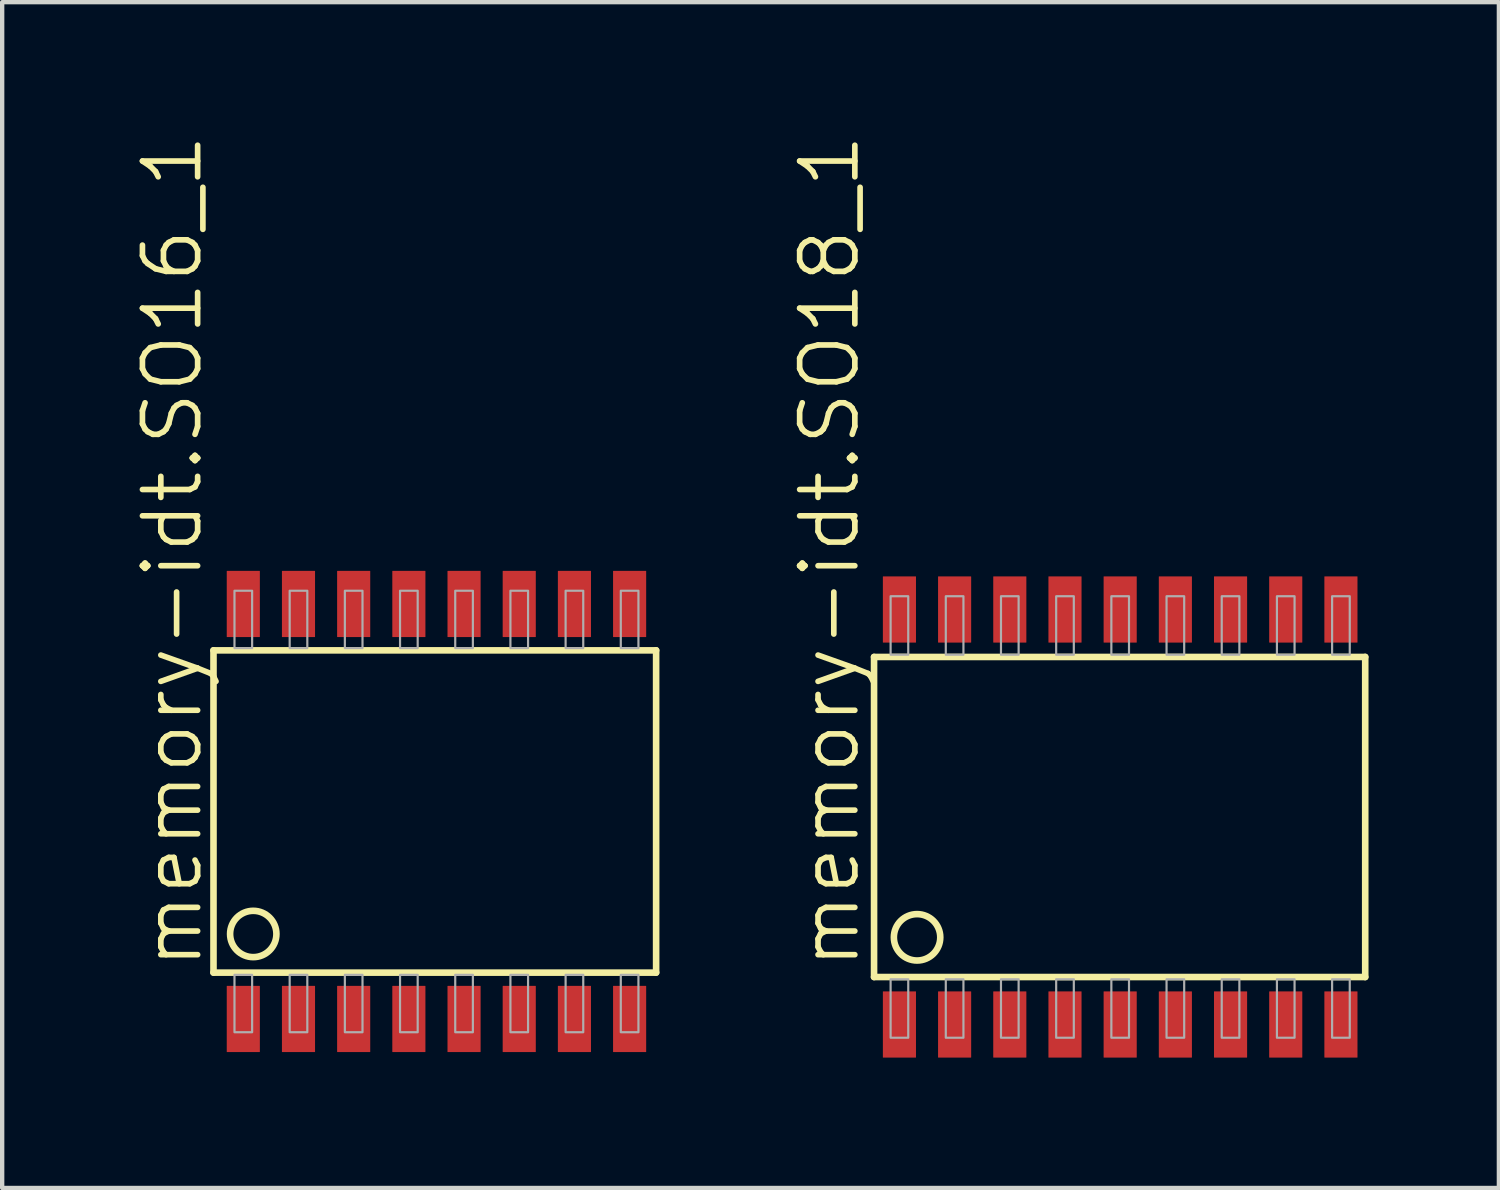
<source format=kicad_pcb>
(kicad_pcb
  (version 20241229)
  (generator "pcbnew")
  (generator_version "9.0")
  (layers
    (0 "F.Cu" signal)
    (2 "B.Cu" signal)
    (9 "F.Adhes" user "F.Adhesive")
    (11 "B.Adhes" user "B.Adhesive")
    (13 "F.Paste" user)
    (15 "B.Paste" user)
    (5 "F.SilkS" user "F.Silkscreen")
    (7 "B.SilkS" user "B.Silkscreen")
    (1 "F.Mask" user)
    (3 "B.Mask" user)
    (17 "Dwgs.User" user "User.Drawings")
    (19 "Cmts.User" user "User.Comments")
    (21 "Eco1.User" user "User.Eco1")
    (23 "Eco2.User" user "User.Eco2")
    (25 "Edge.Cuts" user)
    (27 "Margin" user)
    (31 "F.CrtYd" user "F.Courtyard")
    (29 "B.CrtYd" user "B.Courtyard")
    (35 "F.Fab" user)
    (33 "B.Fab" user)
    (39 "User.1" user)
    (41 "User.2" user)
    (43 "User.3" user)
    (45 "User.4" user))
  (footprint "memory-idt.SO16_1"
    (layer "F.Cu")
    (at 6.994 15.624)
    (property "Reference" "memory-idt.SO16_1" (at -5.334 3.683 90) (layer "F.SilkS") (effects (font (size 1.27 1.27) (thickness 0.13)) (justify left bottom)))
    (attr smd)
    (fp_line (start -5.131 -3.708) (end -5.131 3.708) (stroke (width 0.152) (type default)) (layer "F.SilkS"))
    (fp_line (start -5.131 3.708) (end 5.055 3.708) (stroke (width 0.152) (type default)) (layer "F.SilkS"))
    (fp_line (start 5.055 -3.708) (end -5.131 -3.708) (stroke (width 0.152) (type default)) (layer "F.SilkS"))
    (fp_line (start 5.055 3.708) (end 5.055 -3.708) (stroke (width 0.152) (type default)) (layer "F.SilkS"))
    (fp_circle (center -4.216 2.819) (end -3.683 2.819) (stroke (width 0.152) (type default)) (fill no) (layer "F.SilkS"))
    (fp_rect (start -4.648 -3.759) (end -4.242 -5.08) (stroke (width 0.05) (type default)) (fill no) (layer "F.Fab"))
    (fp_rect (start -4.648 5.08) (end -4.242 3.759) (stroke (width 0.05) (type default)) (fill no) (layer "F.Fab"))
    (fp_rect (start -3.378 -3.759) (end -2.972 -5.08) (stroke (width 0.05) (type default)) (fill no) (layer "F.Fab"))
    (fp_rect (start -3.378 5.08) (end -2.972 3.759) (stroke (width 0.05) (type default)) (fill no) (layer "F.Fab"))
    (fp_rect (start -2.108 -3.759) (end -1.702 -5.08) (stroke (width 0.05) (type default)) (fill no) (layer "F.Fab"))
    (fp_rect (start -2.108 5.08) (end -1.702 3.759) (stroke (width 0.05) (type default)) (fill no) (layer "F.Fab"))
    (fp_rect (start -0.838 -3.759) (end -0.432 -5.08) (stroke (width 0.05) (type default)) (fill no) (layer "F.Fab"))
    (fp_rect (start -0.838 5.08) (end -0.432 3.759) (stroke (width 0.05) (type default)) (fill no) (layer "F.Fab"))
    (fp_rect (start 0.432 -3.759) (end 0.838 -5.08) (stroke (width 0.05) (type default)) (fill no) (layer "F.Fab"))
    (fp_rect (start 0.432 5.08) (end 0.838 3.759) (stroke (width 0.05) (type default)) (fill no) (layer "F.Fab"))
    (fp_rect (start 1.702 -3.759) (end 2.108 -5.08) (stroke (width 0.05) (type default)) (fill no) (layer "F.Fab"))
    (fp_rect (start 1.702 5.08) (end 2.108 3.759) (stroke (width 0.05) (type default)) (fill no) (layer "F.Fab"))
    (fp_rect (start 2.972 -3.759) (end 3.378 -5.08) (stroke (width 0.05) (type default)) (fill no) (layer "F.Fab"))
    (fp_rect (start 2.972 5.08) (end 3.378 3.759) (stroke (width 0.05) (type default)) (fill no) (layer "F.Fab"))
    (fp_rect (start 4.242 -3.759) (end 4.648 -5.08) (stroke (width 0.05) (type default)) (fill no) (layer "F.Fab"))
    (fp_rect (start 4.242 5.08) (end 4.648 3.759) (stroke (width 0.05) (type default)) (fill no) (layer "F.Fab"))
    (pad "1" smd roundrect (at -4.445 4.775) (size 0.762 1.524) (layers "F.Cu" "F.Mask" "F.Paste") (roundrect_rratio 0.01))
    (pad "2" smd roundrect (at -3.175 4.775) (size 0.762 1.524) (layers "F.Cu" "F.Mask" "F.Paste") (roundrect_rratio 0.01))
    (pad "3" smd roundrect (at -1.905 4.775) (size 0.762 1.524) (layers "F.Cu" "F.Mask" "F.Paste") (roundrect_rratio 0.01))
    (pad "4" smd roundrect (at -0.635 4.775) (size 0.762 1.524) (layers "F.Cu" "F.Mask" "F.Paste") (roundrect_rratio 0.01))
    (pad "5" smd roundrect (at 0.635 4.775) (size 0.762 1.524) (layers "F.Cu" "F.Mask" "F.Paste") (roundrect_rratio 0.01))
    (pad "6" smd roundrect (at 1.905 4.775) (size 0.762 1.524) (layers "F.Cu" "F.Mask" "F.Paste") (roundrect_rratio 0.01))
    (pad "7" smd roundrect (at 3.175 4.775) (size 0.762 1.524) (layers "F.Cu" "F.Mask" "F.Paste") (roundrect_rratio 0.01))
    (pad "8" smd roundrect (at 4.445 4.775) (size 0.762 1.524) (layers "F.Cu" "F.Mask" "F.Paste") (roundrect_rratio 0.01))
    (pad "9" smd roundrect (at 4.445 -4.775) (size 0.762 1.524) (layers "F.Cu" "F.Mask" "F.Paste") (roundrect_rratio 0.01))
    (pad "10" smd roundrect (at 3.175 -4.775) (size 0.762 1.524) (layers "F.Cu" "F.Mask" "F.Paste") (roundrect_rratio 0.01))
    (pad "11" smd roundrect (at 1.905 -4.775) (size 0.762 1.524) (layers "F.Cu" "F.Mask" "F.Paste") (roundrect_rratio 0.01))
    (pad "12" smd roundrect (at 0.635 -4.775) (size 0.762 1.524) (layers "F.Cu" "F.Mask" "F.Paste") (roundrect_rratio 0.01))
    (pad "13" smd roundrect (at -0.635 -4.775) (size 0.762 1.524) (layers "F.Cu" "F.Mask" "F.Paste") (roundrect_rratio 0.01))
    (pad "14" smd roundrect (at -1.905 -4.775) (size 0.762 1.524) (layers "F.Cu" "F.Mask" "F.Paste") (roundrect_rratio 0.01))
    (pad "15" smd roundrect (at -3.175 -4.775) (size 0.762 1.524) (layers "F.Cu" "F.Mask" "F.Paste") (roundrect_rratio 0.01))
    (pad "16" smd roundrect (at -4.445 -4.775) (size 0.762 1.524) (layers "F.Cu" "F.Mask" "F.Paste") (roundrect_rratio 0.01)))
  (footprint "memory-idt.SO18_1"
    (layer "F.Cu")
    (at 22.728 15.751)
    (property "Reference" "memory-idt.SO18_1" (at -5.944 3.556 90) (layer "F.SilkS") (effects (font (size 1.27 1.27) (thickness 0.13)) (justify left bottom)))
    (attr smd)
    (fp_line (start -5.664 -3.683) (end -5.664 3.683) (stroke (width 0.152) (type default)) (layer "F.SilkS"))
    (fp_line (start -5.664 3.683) (end 5.639 3.683) (stroke (width 0.152) (type default)) (layer "F.SilkS"))
    (fp_line (start 5.639 -3.683) (end -5.664 -3.683) (stroke (width 0.152) (type default)) (layer "F.SilkS"))
    (fp_line (start 5.639 3.683) (end 5.639 -3.683) (stroke (width 0.152) (type default)) (layer "F.SilkS"))
    (fp_circle (center -4.674 2.769) (end -4.14 2.769) (stroke (width 0.152) (type default)) (fill no) (layer "F.SilkS"))
    (fp_rect (start -5.283 -3.734) (end -4.877 -5.08) (stroke (width 0.05) (type default)) (fill no) (layer "F.Fab"))
    (fp_rect (start -5.283 5.08) (end -4.877 3.734) (stroke (width 0.05) (type default)) (fill no) (layer "F.Fab"))
    (fp_rect (start -4.013 -3.734) (end -3.607 -5.08) (stroke (width 0.05) (type default)) (fill no) (layer "F.Fab"))
    (fp_rect (start -4.013 5.08) (end -3.607 3.734) (stroke (width 0.05) (type default)) (fill no) (layer "F.Fab"))
    (fp_rect (start -2.743 -3.734) (end -2.337 -5.08) (stroke (width 0.05) (type default)) (fill no) (layer "F.Fab"))
    (fp_rect (start -2.743 5.08) (end -2.337 3.734) (stroke (width 0.05) (type default)) (fill no) (layer "F.Fab"))
    (fp_rect (start -1.473 -3.734) (end -1.067 -5.08) (stroke (width 0.05) (type default)) (fill no) (layer "F.Fab"))
    (fp_rect (start -1.473 5.08) (end -1.067 3.734) (stroke (width 0.05) (type default)) (fill no) (layer "F.Fab"))
    (fp_rect (start -0.203 -3.734) (end 0.203 -5.08) (stroke (width 0.05) (type default)) (fill no) (layer "F.Fab"))
    (fp_rect (start -0.203 5.08) (end 0.203 3.734) (stroke (width 0.05) (type default)) (fill no) (layer "F.Fab"))
    (fp_rect (start 1.067 -3.734) (end 1.473 -5.08) (stroke (width 0.05) (type default)) (fill no) (layer "F.Fab"))
    (fp_rect (start 1.067 5.08) (end 1.473 3.734) (stroke (width 0.05) (type default)) (fill no) (layer "F.Fab"))
    (fp_rect (start 2.337 -3.734) (end 2.743 -5.08) (stroke (width 0.05) (type default)) (fill no) (layer "F.Fab"))
    (fp_rect (start 2.337 5.08) (end 2.743 3.734) (stroke (width 0.05) (type default)) (fill no) (layer "F.Fab"))
    (fp_rect (start 3.607 -3.734) (end 4.013 -5.08) (stroke (width 0.05) (type default)) (fill no) (layer "F.Fab"))
    (fp_rect (start 3.607 5.08) (end 4.013 3.734) (stroke (width 0.05) (type default)) (fill no) (layer "F.Fab"))
    (fp_rect (start 4.877 -3.734) (end 5.283 -5.08) (stroke (width 0.05) (type default)) (fill no) (layer "F.Fab"))
    (fp_rect (start 4.877 5.08) (end 5.283 3.734) (stroke (width 0.05) (type default)) (fill no) (layer "F.Fab"))
    (pad "1" smd roundrect (at -5.08 4.775) (size 0.762 1.524) (layers "F.Cu" "F.Mask" "F.Paste") (roundrect_rratio 0.01))
    (pad "2" smd roundrect (at -3.81 4.775) (size 0.762 1.524) (layers "F.Cu" "F.Mask" "F.Paste") (roundrect_rratio 0.01))
    (pad "3" smd roundrect (at -2.54 4.775) (size 0.762 1.524) (layers "F.Cu" "F.Mask" "F.Paste") (roundrect_rratio 0.01))
    (pad "4" smd roundrect (at -1.27 4.775) (size 0.762 1.524) (layers "F.Cu" "F.Mask" "F.Paste") (roundrect_rratio 0.01))
    (pad "5" smd roundrect (at 0 4.775) (size 0.762 1.524) (layers "F.Cu" "F.Mask" "F.Paste") (roundrect_rratio 0.01))
    (pad "6" smd roundrect (at 1.27 4.775) (size 0.762 1.524) (layers "F.Cu" "F.Mask" "F.Paste") (roundrect_rratio 0.01))
    (pad "7" smd roundrect (at 2.54 4.775) (size 0.762 1.524) (layers "F.Cu" "F.Mask" "F.Paste") (roundrect_rratio 0.01))
    (pad "8" smd roundrect (at 3.81 4.775) (size 0.762 1.524) (layers "F.Cu" "F.Mask" "F.Paste") (roundrect_rratio 0.01))
    (pad "9" smd roundrect (at 5.08 4.775) (size 0.762 1.524) (layers "F.Cu" "F.Mask" "F.Paste") (roundrect_rratio 0.01))
    (pad "10" smd roundrect (at 5.08 -4.775) (size 0.762 1.524) (layers "F.Cu" "F.Mask" "F.Paste") (roundrect_rratio 0.01))
    (pad "11" smd roundrect (at 3.81 -4.775) (size 0.762 1.524) (layers "F.Cu" "F.Mask" "F.Paste") (roundrect_rratio 0.01))
    (pad "12" smd roundrect (at 2.54 -4.775) (size 0.762 1.524) (layers "F.Cu" "F.Mask" "F.Paste") (roundrect_rratio 0.01))
    (pad "13" smd roundrect (at 1.27 -4.775) (size 0.762 1.524) (layers "F.Cu" "F.Mask" "F.Paste") (roundrect_rratio 0.01))
    (pad "14" smd roundrect (at 0 -4.775) (size 0.762 1.524) (layers "F.Cu" "F.Mask" "F.Paste") (roundrect_rratio 0.01))
    (pad "15" smd roundrect (at -1.27 -4.775) (size 0.762 1.524) (layers "F.Cu" "F.Mask" "F.Paste") (roundrect_rratio 0.01))
    (pad "16" smd roundrect (at -2.54 -4.775) (size 0.762 1.524) (layers "F.Cu" "F.Mask" "F.Paste") (roundrect_rratio 0.01))
    (pad "17" smd roundrect (at -3.81 -4.775) (size 0.762 1.524) (layers "F.Cu" "F.Mask" "F.Paste") (roundrect_rratio 0.01))
    (pad "18" smd roundrect (at -5.08 -4.775) (size 0.762 1.524) (layers "F.Cu" "F.Mask" "F.Paste") (roundrect_rratio 0.01)))
  (gr_rect
    (start -3 -3)
    (end 31.443 24.288)
    (stroke (width 0.1) (type default))
    (fill no)
    (layer "Edge.Cuts")))
</source>
